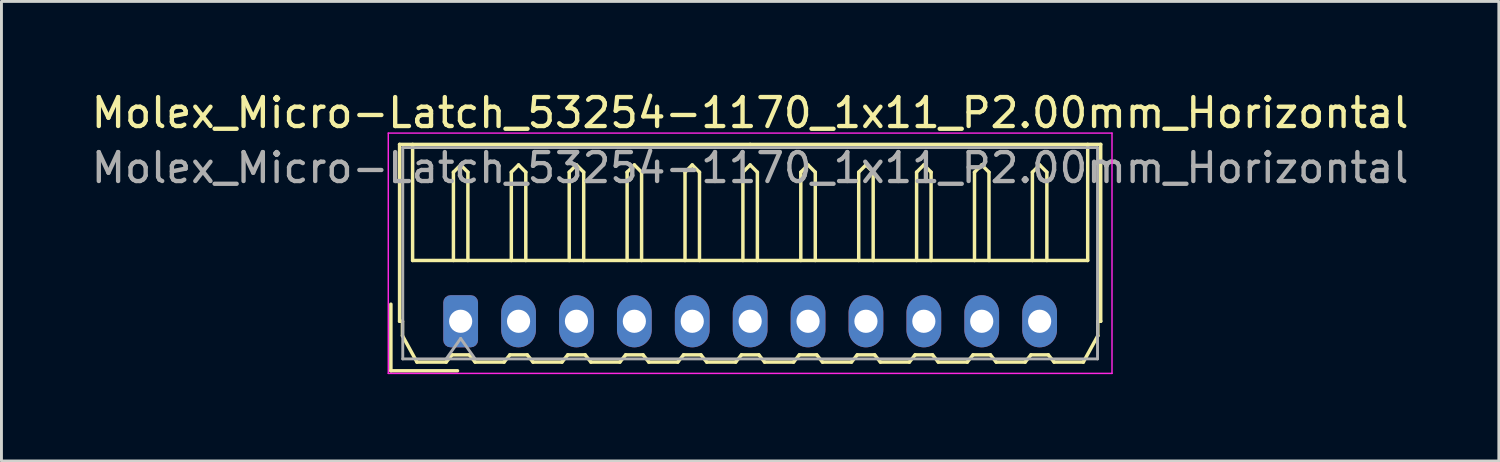
<source format=kicad_pcb>
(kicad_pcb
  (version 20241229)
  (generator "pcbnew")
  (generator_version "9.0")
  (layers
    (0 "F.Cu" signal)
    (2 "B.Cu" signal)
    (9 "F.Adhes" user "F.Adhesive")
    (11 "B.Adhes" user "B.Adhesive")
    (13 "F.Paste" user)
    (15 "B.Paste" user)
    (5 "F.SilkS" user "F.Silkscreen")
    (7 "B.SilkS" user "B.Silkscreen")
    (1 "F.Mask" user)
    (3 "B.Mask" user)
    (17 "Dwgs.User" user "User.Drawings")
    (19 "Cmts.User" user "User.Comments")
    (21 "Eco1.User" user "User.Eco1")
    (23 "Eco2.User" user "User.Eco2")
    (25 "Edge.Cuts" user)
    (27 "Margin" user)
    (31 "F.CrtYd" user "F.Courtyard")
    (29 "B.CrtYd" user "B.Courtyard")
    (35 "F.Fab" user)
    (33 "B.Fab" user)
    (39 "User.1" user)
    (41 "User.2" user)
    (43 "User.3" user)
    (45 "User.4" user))
  (footprint "Molex_Micro-Latch_53254-1170_1x11_P2.00mm_Horizontal"
    (layer "F.Cu")
    (at 12.863 8.048)
    (property "Reference" "Molex_Micro-Latch_53254-1170_1x11_P2.00mm_Horizontal" (at 10 -7.2 0) (layer "F.SilkS") (effects (font (size 1 1) (thickness 0.15))))
    (attr through_hole)
    (fp_line (start -2.41 1.71) (end -2.41 -0.59) (stroke (width 0.12) (type solid)) (layer "F.SilkS"))
    (fp_line (start -2.11 -6.11) (end 10 -6.11) (stroke (width 0.12) (type solid)) (layer "F.SilkS"))
    (fp_line (start -2.11 0) (end -2.11 -6.11) (stroke (width 0.12) (type solid)) (layer "F.SilkS"))
    (fp_line (start -2.01 0) (end -2.11 0) (stroke (width 0.12) (type solid)) (layer "F.SilkS"))
    (fp_line (start -2.01 0.5) (end -2.01 0) (stroke (width 0.12) (type solid)) (layer "F.SilkS"))
    (fp_line (start -1.66 -6.11) (end -1.66 -2.1) (stroke (width 0.12) (type solid)) (layer "F.SilkS"))
    (fp_line (start -1.66 -2.1) (end 21.66 -2.1) (stroke (width 0.12) (type solid)) (layer "F.SilkS"))
    (fp_line (start -1.51 1.41) (end -2.01 0.5) (stroke (width 0.12) (type solid)) (layer "F.SilkS"))
    (fp_line (start -0.5 1.41) (end -1.51 1.41) (stroke (width 0.12) (type solid)) (layer "F.SilkS"))
    (fp_line (start -0.3 1.16) (end -0.5 1.41) (stroke (width 0.12) (type solid)) (layer "F.SilkS"))
    (fp_line (start -0.3 1.16) (end 0.3 1.16) (stroke (width 0.12) (type solid)) (layer "F.SilkS"))
    (fp_line (start -0.25 -5.15) (end 0 -5.4) (stroke (width 0.12) (type solid)) (layer "F.SilkS"))
    (fp_line (start -0.25 -2.1) (end -0.25 -5.15) (stroke (width 0.12) (type solid)) (layer "F.SilkS"))
    (fp_line (start -0.11 1.71) (end -2.41 1.71) (stroke (width 0.12) (type solid)) (layer "F.SilkS"))
    (fp_line (start 0 -5.4) (end 0.25 -5.15) (stroke (width 0.12) (type solid)) (layer "F.SilkS"))
    (fp_line (start 0.25 -5.15) (end 0.25 -2.1) (stroke (width 0.12) (type solid)) (layer "F.SilkS"))
    (fp_line (start 0.3 1.16) (end 0.5 1.41) (stroke (width 0.12) (type solid)) (layer "F.SilkS"))
    (fp_line (start 0.5 1.41) (end 1.5 1.41) (stroke (width 0.12) (type solid)) (layer "F.SilkS"))
    (fp_line (start 1.5 1.41) (end 1.7 1.16) (stroke (width 0.12) (type solid)) (layer "F.SilkS"))
    (fp_line (start 1.7 1.16) (end 2.3 1.16) (stroke (width 0.12) (type solid)) (layer "F.SilkS"))
    (fp_line (start 1.75 -5.15) (end 2 -5.4) (stroke (width 0.12) (type solid)) (layer "F.SilkS"))
    (fp_line (start 1.75 -2.1) (end 1.75 -5.15) (stroke (width 0.12) (type solid)) (layer "F.SilkS"))
    (fp_line (start 2 -5.4) (end 2.25 -5.15) (stroke (width 0.12) (type solid)) (layer "F.SilkS"))
    (fp_line (start 2.25 -5.15) (end 2.25 -2.1) (stroke (width 0.12) (type solid)) (layer "F.SilkS"))
    (fp_line (start 2.3 1.16) (end 2.5 1.41) (stroke (width 0.12) (type solid)) (layer "F.SilkS"))
    (fp_line (start 2.5 1.41) (end 3.5 1.41) (stroke (width 0.12) (type solid)) (layer "F.SilkS"))
    (fp_line (start 3.5 1.41) (end 3.7 1.16) (stroke (width 0.12) (type solid)) (layer "F.SilkS"))
    (fp_line (start 3.7 1.16) (end 4.3 1.16) (stroke (width 0.12) (type solid)) (layer "F.SilkS"))
    (fp_line (start 3.75 -5.15) (end 4 -5.4) (stroke (width 0.12) (type solid)) (layer "F.SilkS"))
    (fp_line (start 3.75 -2.1) (end 3.75 -5.15) (stroke (width 0.12) (type solid)) (layer "F.SilkS"))
    (fp_line (start 4 -5.4) (end 4.25 -5.15) (stroke (width 0.12) (type solid)) (layer "F.SilkS"))
    (fp_line (start 4.25 -5.15) (end 4.25 -2.1) (stroke (width 0.12) (type solid)) (layer "F.SilkS"))
    (fp_line (start 4.3 1.16) (end 4.5 1.41) (stroke (width 0.12) (type solid)) (layer "F.SilkS"))
    (fp_line (start 4.5 1.41) (end 5.5 1.41) (stroke (width 0.12) (type solid)) (layer "F.SilkS"))
    (fp_line (start 5.5 1.41) (end 5.7 1.16) (stroke (width 0.12) (type solid)) (layer "F.SilkS"))
    (fp_line (start 5.7 1.16) (end 6.3 1.16) (stroke (width 0.12) (type solid)) (layer "F.SilkS"))
    (fp_line (start 5.75 -5.15) (end 6 -5.4) (stroke (width 0.12) (type solid)) (layer "F.SilkS"))
    (fp_line (start 5.75 -2.1) (end 5.75 -5.15) (stroke (width 0.12) (type solid)) (layer "F.SilkS"))
    (fp_line (start 6 -5.4) (end 6.25 -5.15) (stroke (width 0.12) (type solid)) (layer "F.SilkS"))
    (fp_line (start 6.25 -5.15) (end 6.25 -2.1) (stroke (width 0.12) (type solid)) (layer "F.SilkS"))
    (fp_line (start 6.3 1.16) (end 6.5 1.41) (stroke (width 0.12) (type solid)) (layer "F.SilkS"))
    (fp_line (start 6.5 1.41) (end 7.5 1.41) (stroke (width 0.12) (type solid)) (layer "F.SilkS"))
    (fp_line (start 7.5 1.41) (end 7.7 1.16) (stroke (width 0.12) (type solid)) (layer "F.SilkS"))
    (fp_line (start 7.7 1.16) (end 8.3 1.16) (stroke (width 0.12) (type solid)) (layer "F.SilkS"))
    (fp_line (start 7.75 -5.15) (end 8 -5.4) (stroke (width 0.12) (type solid)) (layer "F.SilkS"))
    (fp_line (start 7.75 -2.1) (end 7.75 -5.15) (stroke (width 0.12) (type solid)) (layer "F.SilkS"))
    (fp_line (start 8 -5.4) (end 8.25 -5.15) (stroke (width 0.12) (type solid)) (layer "F.SilkS"))
    (fp_line (start 8.25 -5.15) (end 8.25 -2.1) (stroke (width 0.12) (type solid)) (layer "F.SilkS"))
    (fp_line (start 8.3 1.16) (end 8.5 1.41) (stroke (width 0.12) (type solid)) (layer "F.SilkS"))
    (fp_line (start 8.5 1.41) (end 9.5 1.41) (stroke (width 0.12) (type solid)) (layer "F.SilkS"))
    (fp_line (start 9.5 1.41) (end 9.7 1.16) (stroke (width 0.12) (type solid)) (layer "F.SilkS"))
    (fp_line (start 9.7 1.16) (end 10.3 1.16) (stroke (width 0.12) (type solid)) (layer "F.SilkS"))
    (fp_line (start 9.75 -5.15) (end 10 -5.4) (stroke (width 0.12) (type solid)) (layer "F.SilkS"))
    (fp_line (start 9.75 -2.1) (end 9.75 -5.15) (stroke (width 0.12) (type solid)) (layer "F.SilkS"))
    (fp_line (start 10 -5.4) (end 10.25 -5.15) (stroke (width 0.12) (type solid)) (layer "F.SilkS"))
    (fp_line (start 10.25 -5.15) (end 10.25 -2.1) (stroke (width 0.12) (type solid)) (layer "F.SilkS"))
    (fp_line (start 10.3 1.16) (end 10.5 1.41) (stroke (width 0.12) (type solid)) (layer "F.SilkS"))
    (fp_line (start 10.5 1.41) (end 11.5 1.41) (stroke (width 0.12) (type solid)) (layer "F.SilkS"))
    (fp_line (start 11.5 1.41) (end 11.7 1.16) (stroke (width 0.12) (type solid)) (layer "F.SilkS"))
    (fp_line (start 11.7 1.16) (end 12.3 1.16) (stroke (width 0.12) (type solid)) (layer "F.SilkS"))
    (fp_line (start 11.75 -5.15) (end 12 -5.4) (stroke (width 0.12) (type solid)) (layer "F.SilkS"))
    (fp_line (start 11.75 -2.1) (end 11.75 -5.15) (stroke (width 0.12) (type solid)) (layer "F.SilkS"))
    (fp_line (start 12 -5.4) (end 12.25 -5.15) (stroke (width 0.12) (type solid)) (layer "F.SilkS"))
    (fp_line (start 12.25 -5.15) (end 12.25 -2.1) (stroke (width 0.12) (type solid)) (layer "F.SilkS"))
    (fp_line (start 12.3 1.16) (end 12.5 1.41) (stroke (width 0.12) (type solid)) (layer "F.SilkS"))
    (fp_line (start 12.5 1.41) (end 13.5 1.41) (stroke (width 0.12) (type solid)) (layer "F.SilkS"))
    (fp_line (start 13.5 1.41) (end 13.7 1.16) (stroke (width 0.12) (type solid)) (layer "F.SilkS"))
    (fp_line (start 13.7 1.16) (end 14.3 1.16) (stroke (width 0.12) (type solid)) (layer "F.SilkS"))
    (fp_line (start 13.75 -5.15) (end 14 -5.4) (stroke (width 0.12) (type solid)) (layer "F.SilkS"))
    (fp_line (start 13.75 -2.1) (end 13.75 -5.15) (stroke (width 0.12) (type solid)) (layer "F.SilkS"))
    (fp_line (start 14 -5.4) (end 14.25 -5.15) (stroke (width 0.12) (type solid)) (layer "F.SilkS"))
    (fp_line (start 14.25 -5.15) (end 14.25 -2.1) (stroke (width 0.12) (type solid)) (layer "F.SilkS"))
    (fp_line (start 14.3 1.16) (end 14.5 1.41) (stroke (width 0.12) (type solid)) (layer "F.SilkS"))
    (fp_line (start 14.5 1.41) (end 15.5 1.41) (stroke (width 0.12) (type solid)) (layer "F.SilkS"))
    (fp_line (start 15.5 1.41) (end 15.7 1.16) (stroke (width 0.12) (type solid)) (layer "F.SilkS"))
    (fp_line (start 15.7 1.16) (end 16.3 1.16) (stroke (width 0.12) (type solid)) (layer "F.SilkS"))
    (fp_line (start 15.75 -5.15) (end 16 -5.4) (stroke (width 0.12) (type solid)) (layer "F.SilkS"))
    (fp_line (start 15.75 -2.1) (end 15.75 -5.15) (stroke (width 0.12) (type solid)) (layer "F.SilkS"))
    (fp_line (start 16 -5.4) (end 16.25 -5.15) (stroke (width 0.12) (type solid)) (layer "F.SilkS"))
    (fp_line (start 16.25 -5.15) (end 16.25 -2.1) (stroke (width 0.12) (type solid)) (layer "F.SilkS"))
    (fp_line (start 16.3 1.16) (end 16.5 1.41) (stroke (width 0.12) (type solid)) (layer "F.SilkS"))
    (fp_line (start 16.5 1.41) (end 17.5 1.41) (stroke (width 0.12) (type solid)) (layer "F.SilkS"))
    (fp_line (start 17.5 1.41) (end 17.7 1.16) (stroke (width 0.12) (type solid)) (layer "F.SilkS"))
    (fp_line (start 17.7 1.16) (end 18.3 1.16) (stroke (width 0.12) (type solid)) (layer "F.SilkS"))
    (fp_line (start 17.75 -5.15) (end 18 -5.4) (stroke (width 0.12) (type solid)) (layer "F.SilkS"))
    (fp_line (start 17.75 -2.1) (end 17.75 -5.15) (stroke (width 0.12) (type solid)) (layer "F.SilkS"))
    (fp_line (start 18 -5.4) (end 18.25 -5.15) (stroke (width 0.12) (type solid)) (layer "F.SilkS"))
    (fp_line (start 18.25 -5.15) (end 18.25 -2.1) (stroke (width 0.12) (type solid)) (layer "F.SilkS"))
    (fp_line (start 18.3 1.16) (end 18.5 1.41) (stroke (width 0.12) (type solid)) (layer "F.SilkS"))
    (fp_line (start 18.5 1.41) (end 19.5 1.41) (stroke (width 0.12) (type solid)) (layer "F.SilkS"))
    (fp_line (start 19.5 1.41) (end 19.7 1.16) (stroke (width 0.12) (type solid)) (layer "F.SilkS"))
    (fp_line (start 19.7 1.16) (end 20.3 1.16) (stroke (width 0.12) (type solid)) (layer "F.SilkS"))
    (fp_line (start 19.75 -5.15) (end 20 -5.4) (stroke (width 0.12) (type solid)) (layer "F.SilkS"))
    (fp_line (start 19.75 -2.1) (end 19.75 -5.15) (stroke (width 0.12) (type solid)) (layer "F.SilkS"))
    (fp_line (start 20 -5.4) (end 20.25 -5.15) (stroke (width 0.12) (type solid)) (layer "F.SilkS"))
    (fp_line (start 20.25 -5.15) (end 20.25 -2.1) (stroke (width 0.12) (type solid)) (layer "F.SilkS"))
    (fp_line (start 20.3 1.16) (end 20.5 1.41) (stroke (width 0.12) (type solid)) (layer "F.SilkS"))
    (fp_line (start 20.5 1.41) (end 21.51 1.41) (stroke (width 0.12) (type solid)) (layer "F.SilkS"))
    (fp_line (start 21.51 1.41) (end 22.01 0.5) (stroke (width 0.12) (type solid)) (layer "F.SilkS"))
    (fp_line (start 21.66 -2.1) (end 21.66 -6.11) (stroke (width 0.12) (type solid)) (layer "F.SilkS"))
    (fp_line (start 22.01 0) (end 22.11 0) (stroke (width 0.12) (type solid)) (layer "F.SilkS"))
    (fp_line (start 22.01 0.5) (end 22.01 0) (stroke (width 0.12) (type solid)) (layer "F.SilkS"))
    (fp_line (start 22.11 -6.11) (end 10 -6.11) (stroke (width 0.12) (type solid)) (layer "F.SilkS"))
    (fp_line (start 22.11 0) (end 22.11 -6.11) (stroke (width 0.12) (type solid)) (layer "F.SilkS"))
    (fp_line (start -2.5 -6.5) (end -2.5 1.8) (stroke (width 0.05) (type solid)) (layer "F.CrtYd"))
    (fp_line (start -2.5 1.8) (end 22.5 1.8) (stroke (width 0.05) (type solid)) (layer "F.CrtYd"))
    (fp_line (start 22.5 -6.5) (end -2.5 -6.5) (stroke (width 0.05) (type solid)) (layer "F.CrtYd"))
    (fp_line (start 22.5 1.8) (end 22.5 -6.5) (stroke (width 0.05) (type solid)) (layer "F.CrtYd"))
    (fp_line (start -2 -6) (end -2 1.3) (stroke (width 0.1) (type solid)) (layer "F.Fab"))
    (fp_line (start -2 1.3) (end 22 1.3) (stroke (width 0.1) (type solid)) (layer "F.Fab"))
    (fp_line (start -0.5 1.3) (end 0 0.593) (stroke (width 0.1) (type solid)) (layer "F.Fab"))
    (fp_line (start 0 0.593) (end 0.5 1.3) (stroke (width 0.1) (type solid)) (layer "F.Fab"))
    (fp_line (start 22 -6) (end -2 -6) (stroke (width 0.1) (type solid)) (layer "F.Fab"))
    (fp_line (start 22 1.3) (end 22 -6) (stroke (width 0.1) (type solid)) (layer "F.Fab"))
    (fp_text user "${REFERENCE}" (at 10 -5.3 0) (layer "F.Fab") (effects (font (size 1 1) (thickness 0.15))))
    (pad "1" thru_hole roundrect (at 0 0) (size 1.2 1.8) (drill 0.8) (layers "*.Cu" "*.Mask") (roundrect_rratio 0.208))
    (pad "2" thru_hole oval (at 2 0) (size 1.2 1.8) (drill 0.8) (layers "*.Cu" "*.Mask"))
    (pad "3" thru_hole oval (at 4 0) (size 1.2 1.8) (drill 0.8) (layers "*.Cu" "*.Mask"))
    (pad "4" thru_hole oval (at 6 0) (size 1.2 1.8) (drill 0.8) (layers "*.Cu" "*.Mask"))
    (pad "5" thru_hole oval (at 8 0) (size 1.2 1.8) (drill 0.8) (layers "*.Cu" "*.Mask"))
    (pad "6" thru_hole oval (at 10 0) (size 1.2 1.8) (drill 0.8) (layers "*.Cu" "*.Mask"))
    (pad "7" thru_hole oval (at 12 0) (size 1.2 1.8) (drill 0.8) (layers "*.Cu" "*.Mask"))
    (pad "8" thru_hole oval (at 14 0) (size 1.2 1.8) (drill 0.8) (layers "*.Cu" "*.Mask"))
    (pad "9" thru_hole oval (at 16 0) (size 1.2 1.8) (drill 0.8) (layers "*.Cu" "*.Mask"))
    (pad "10" thru_hole oval (at 18 0) (size 1.2 1.8) (drill 0.8) (layers "*.Cu" "*.Mask"))
    (pad "11" thru_hole oval (at 20 0) (size 1.2 1.8) (drill 0.8) (layers "*.Cu" "*.Mask")))
  (gr_rect
    (start -3 -3)
    (end 48.726 12.873)
    (stroke (width 0.1) (type default))
    (fill no)
    (layer "Edge.Cuts")))
</source>
